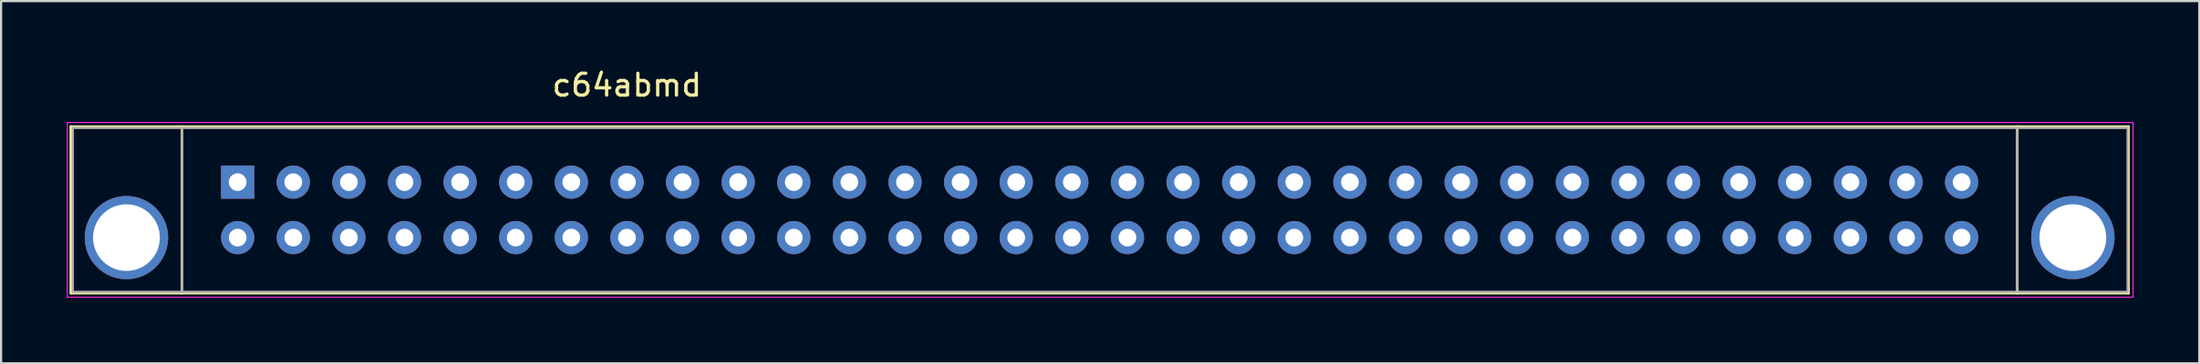
<source format=kicad_pcb>
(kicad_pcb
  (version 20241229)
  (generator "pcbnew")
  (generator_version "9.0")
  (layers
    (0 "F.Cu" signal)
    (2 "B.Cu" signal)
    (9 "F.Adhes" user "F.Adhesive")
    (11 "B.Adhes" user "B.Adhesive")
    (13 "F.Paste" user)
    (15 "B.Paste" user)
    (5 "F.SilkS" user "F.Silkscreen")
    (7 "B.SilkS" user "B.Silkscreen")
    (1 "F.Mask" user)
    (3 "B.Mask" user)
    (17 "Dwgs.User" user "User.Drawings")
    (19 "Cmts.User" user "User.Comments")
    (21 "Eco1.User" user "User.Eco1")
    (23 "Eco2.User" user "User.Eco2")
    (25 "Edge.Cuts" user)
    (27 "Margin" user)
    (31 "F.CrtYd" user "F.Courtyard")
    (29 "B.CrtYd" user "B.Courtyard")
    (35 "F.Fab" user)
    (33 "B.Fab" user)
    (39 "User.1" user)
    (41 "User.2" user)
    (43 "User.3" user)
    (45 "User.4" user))
  (footprint "c64abmd"
    (layer "F.Cu")
    (at 7.805 5.288)
    (property "Reference" "c64abmd" (at 17.78 -4.44 0) (layer "F.SilkS") (effects (font (size 1 1) (thickness 0.15))))
    (attr through_hole)
    (fp_line (start -7.62 -2.54) (end 86.36 -2.54) (stroke (width 0.12) (type solid)) (layer "F.SilkS"))
    (fp_line (start -7.62 5.08) (end -7.62 -2.54) (stroke (width 0.12) (type solid)) (layer "F.SilkS"))
    (fp_line (start -7.62 5.08) (end 86.36 5.08) (stroke (width 0.12) (type solid)) (layer "F.SilkS"))
    (fp_line (start -2.54 5.08) (end -2.54 -2.54) (stroke (width 0.12) (type solid)) (layer "F.SilkS"))
    (fp_line (start 81.28 5.08) (end 81.28 -2.54) (stroke (width 0.12) (type solid)) (layer "F.SilkS"))
    (fp_line (start 86.36 -2.54) (end 86.36 5.08) (stroke (width 0.12) (type solid)) (layer "F.SilkS"))
    (fp_line (start -7.78 -2.73) (end -7.78 5.27) (stroke (width 0.05) (type solid)) (layer "F.CrtYd"))
    (fp_line (start -7.78 -2.73) (end 86.57 -2.73) (stroke (width 0.05) (type solid)) (layer "F.CrtYd"))
    (fp_line (start 86.57 5.27) (end -7.78 5.27) (stroke (width 0.05) (type solid)) (layer "F.CrtYd"))
    (fp_line (start 86.57 5.27) (end 86.57 -2.73) (stroke (width 0.05) (type solid)) (layer "F.CrtYd"))
    (fp_line (start -7.53 -2.48) (end -7.53 5.02) (stroke (width 0.1) (type solid)) (layer "F.Fab"))
    (fp_line (start -7.53 5.02) (end 86.32 5.02) (stroke (width 0.1) (type solid)) (layer "F.Fab"))
    (fp_line (start -2.53 -2.48) (end -2.53 5.02) (stroke (width 0.1) (type solid)) (layer "F.Fab"))
    (fp_line (start 81.27 5.02) (end 81.27 -2.48) (stroke (width 0.1) (type solid)) (layer "F.Fab"))
    (fp_line (start 86.32 -2.48) (end -7.53 -2.48) (stroke (width 0.1) (type solid)) (layer "F.Fab"))
    (fp_line (start 86.32 5.02) (end 86.32 -2.48) (stroke (width 0.1) (type solid)) (layer "F.Fab"))
    (pad "65" thru_hole circle (at -5.08 2.54) (size 3.81 3.81) (drill 3.05) (layers "*.Cu" "*.Mask"))
    (pad "66" thru_hole circle (at 83.82 2.54) (size 3.81 3.81) (drill 3.05) (layers "*.Cu" "*.Mask"))
    (pad "A1" thru_hole rect (at 0 0) (size 1.52 1.52) (drill 0.81) (layers "*.Cu" "*.Mask"))
    (pad "A2" thru_hole circle (at 2.54 0) (size 1.52 1.52) (drill 0.81) (layers "*.Cu" "*.Mask"))
    (pad "A3" thru_hole circle (at 5.08 0) (size 1.52 1.52) (drill 0.81) (layers "*.Cu" "*.Mask"))
    (pad "A4" thru_hole circle (at 7.62 0) (size 1.52 1.52) (drill 0.81) (layers "*.Cu" "*.Mask"))
    (pad "A5" thru_hole circle (at 10.16 0) (size 1.52 1.52) (drill 0.81) (layers "*.Cu" "*.Mask"))
    (pad "A6" thru_hole circle (at 12.7 0) (size 1.52 1.52) (drill 0.81) (layers "*.Cu" "*.Mask"))
    (pad "A7" thru_hole circle (at 15.24 0) (size 1.52 1.52) (drill 0.81) (layers "*.Cu" "*.Mask"))
    (pad "A8" thru_hole circle (at 17.78 0) (size 1.52 1.52) (drill 0.81) (layers "*.Cu" "*.Mask"))
    (pad "A9" thru_hole circle (at 20.32 0) (size 1.52 1.52) (drill 0.81) (layers "*.Cu" "*.Mask"))
    (pad "A10" thru_hole circle (at 22.86 0) (size 1.52 1.52) (drill 0.81) (layers "*.Cu" "*.Mask"))
    (pad "A11" thru_hole circle (at 25.4 0) (size 1.52 1.52) (drill 0.81) (layers "*.Cu" "*.Mask"))
    (pad "A12" thru_hole circle (at 27.94 0) (size 1.52 1.52) (drill 0.81) (layers "*.Cu" "*.Mask"))
    (pad "A13" thru_hole circle (at 30.48 0) (size 1.52 1.52) (drill 0.81) (layers "*.Cu" "*.Mask"))
    (pad "A14" thru_hole circle (at 33.02 0) (size 1.52 1.52) (drill 0.81) (layers "*.Cu" "*.Mask"))
    (pad "A15" thru_hole circle (at 35.56 0) (size 1.52 1.52) (drill 0.81) (layers "*.Cu" "*.Mask"))
    (pad "A16" thru_hole circle (at 38.1 0) (size 1.52 1.52) (drill 0.81) (layers "*.Cu" "*.Mask"))
    (pad "A17" thru_hole circle (at 40.64 0) (size 1.52 1.52) (drill 0.81) (layers "*.Cu" "*.Mask"))
    (pad "A18" thru_hole circle (at 43.18 0) (size 1.52 1.52) (drill 0.81) (layers "*.Cu" "*.Mask"))
    (pad "A19" thru_hole circle (at 45.72 0) (size 1.52 1.52) (drill 0.81) (layers "*.Cu" "*.Mask"))
    (pad "A20" thru_hole circle (at 48.26 0) (size 1.52 1.52) (drill 0.81) (layers "*.Cu" "*.Mask"))
    (pad "A21" thru_hole circle (at 50.8 0) (size 1.52 1.52) (drill 0.81) (layers "*.Cu" "*.Mask"))
    (pad "A22" thru_hole circle (at 53.34 0) (size 1.52 1.52) (drill 0.81) (layers "*.Cu" "*.Mask"))
    (pad "A23" thru_hole circle (at 55.88 0) (size 1.52 1.52) (drill 0.81) (layers "*.Cu" "*.Mask"))
    (pad "A24" thru_hole circle (at 58.42 0) (size 1.52 1.52) (drill 0.81) (layers "*.Cu" "*.Mask"))
    (pad "A25" thru_hole circle (at 60.96 0) (size 1.52 1.52) (drill 0.81) (layers "*.Cu" "*.Mask"))
    (pad "A26" thru_hole circle (at 63.5 0) (size 1.52 1.52) (drill 0.81) (layers "*.Cu" "*.Mask"))
    (pad "A27" thru_hole circle (at 66.04 0) (size 1.52 1.52) (drill 0.81) (layers "*.Cu" "*.Mask"))
    (pad "A28" thru_hole circle (at 68.58 0) (size 1.52 1.52) (drill 0.81) (layers "*.Cu" "*.Mask"))
    (pad "A29" thru_hole circle (at 71.12 0) (size 1.52 1.52) (drill 0.81) (layers "*.Cu" "*.Mask"))
    (pad "A30" thru_hole circle (at 73.66 0) (size 1.52 1.52) (drill 0.81) (layers "*.Cu" "*.Mask"))
    (pad "A31" thru_hole circle (at 76.2 0) (size 1.52 1.52) (drill 0.81) (layers "*.Cu" "*.Mask"))
    (pad "A32" thru_hole circle (at 78.74 0) (size 1.52 1.52) (drill 0.81) (layers "*.Cu" "*.Mask"))
    (pad "B1" thru_hole circle (at 0 2.54) (size 1.52 1.52) (drill 0.81) (layers "*.Cu" "*.Mask"))
    (pad "B2" thru_hole circle (at 2.54 2.54) (size 1.52 1.52) (drill 0.81) (layers "*.Cu" "*.Mask"))
    (pad "B3" thru_hole circle (at 5.08 2.54) (size 1.52 1.52) (drill 0.81) (layers "*.Cu" "*.Mask"))
    (pad "B4" thru_hole circle (at 7.62 2.54) (size 1.52 1.52) (drill 0.81) (layers "*.Cu" "*.Mask"))
    (pad "B5" thru_hole circle (at 10.16 2.54) (size 1.52 1.52) (drill 0.81) (layers "*.Cu" "*.Mask"))
    (pad "B6" thru_hole circle (at 12.7 2.54) (size 1.52 1.52) (drill 0.81) (layers "*.Cu" "*.Mask"))
    (pad "B7" thru_hole circle (at 15.24 2.54) (size 1.52 1.52) (drill 0.81) (layers "*.Cu" "*.Mask"))
    (pad "B8" thru_hole circle (at 17.78 2.54) (size 1.52 1.52) (drill 0.81) (layers "*.Cu" "*.Mask"))
    (pad "B9" thru_hole circle (at 20.32 2.54) (size 1.52 1.52) (drill 0.81) (layers "*.Cu" "*.Mask"))
    (pad "B10" thru_hole circle (at 22.86 2.54) (size 1.52 1.52) (drill 0.81) (layers "*.Cu" "*.Mask"))
    (pad "B11" thru_hole circle (at 25.4 2.54) (size 1.52 1.52) (drill 0.81) (layers "*.Cu" "*.Mask"))
    (pad "B12" thru_hole circle (at 27.94 2.54) (size 1.52 1.52) (drill 0.81) (layers "*.Cu" "*.Mask"))
    (pad "B13" thru_hole circle (at 30.48 2.54) (size 1.52 1.52) (drill 0.81) (layers "*.Cu" "*.Mask"))
    (pad "B14" thru_hole circle (at 33.02 2.54) (size 1.52 1.52) (drill 0.81) (layers "*.Cu" "*.Mask"))
    (pad "B15" thru_hole circle (at 35.56 2.54) (size 1.52 1.52) (drill 0.81) (layers "*.Cu" "*.Mask"))
    (pad "B16" thru_hole circle (at 38.1 2.54) (size 1.52 1.52) (drill 0.81) (layers "*.Cu" "*.Mask"))
    (pad "B17" thru_hole circle (at 40.64 2.54) (size 1.52 1.52) (drill 0.81) (layers "*.Cu" "*.Mask"))
    (pad "B18" thru_hole circle (at 43.18 2.54) (size 1.52 1.52) (drill 0.81) (layers "*.Cu" "*.Mask"))
    (pad "B19" thru_hole circle (at 45.72 2.54) (size 1.52 1.52) (drill 0.81) (layers "*.Cu" "*.Mask"))
    (pad "B20" thru_hole circle (at 48.26 2.54) (size 1.52 1.52) (drill 0.81) (layers "*.Cu" "*.Mask"))
    (pad "B21" thru_hole circle (at 50.8 2.54) (size 1.52 1.52) (drill 0.81) (layers "*.Cu" "*.Mask"))
    (pad "B22" thru_hole circle (at 53.34 2.54) (size 1.52 1.52) (drill 0.81) (layers "*.Cu" "*.Mask"))
    (pad "B23" thru_hole circle (at 55.88 2.54) (size 1.52 1.52) (drill 0.81) (layers "*.Cu" "*.Mask"))
    (pad "B24" thru_hole circle (at 58.42 2.54) (size 1.52 1.52) (drill 0.81) (layers "*.Cu" "*.Mask"))
    (pad "B25" thru_hole circle (at 60.96 2.54) (size 1.52 1.52) (drill 0.81) (layers "*.Cu" "*.Mask"))
    (pad "B26" thru_hole circle (at 63.5 2.54) (size 1.52 1.52) (drill 0.81) (layers "*.Cu" "*.Mask"))
    (pad "B27" thru_hole circle (at 66.04 2.54) (size 1.52 1.52) (drill 0.81) (layers "*.Cu" "*.Mask"))
    (pad "B28" thru_hole circle (at 68.58 2.54) (size 1.52 1.52) (drill 0.81) (layers "*.Cu" "*.Mask"))
    (pad "B29" thru_hole circle (at 71.12 2.54) (size 1.52 1.52) (drill 0.81) (layers "*.Cu" "*.Mask"))
    (pad "B30" thru_hole circle (at 73.66 2.54) (size 1.52 1.52) (drill 0.81) (layers "*.Cu" "*.Mask"))
    (pad "B31" thru_hole circle (at 76.2 2.54) (size 1.52 1.52) (drill 0.81) (layers "*.Cu" "*.Mask"))
    (pad "B32" thru_hole circle (at 78.74 2.54) (size 1.52 1.52) (drill 0.81) (layers "*.Cu" "*.Mask")))
  (gr_rect
    (start -3 -3)
    (end 97.4 13.583)
    (stroke (width 0.1) (type default))
    (fill no)
    (layer "Edge.Cuts")))
</source>
